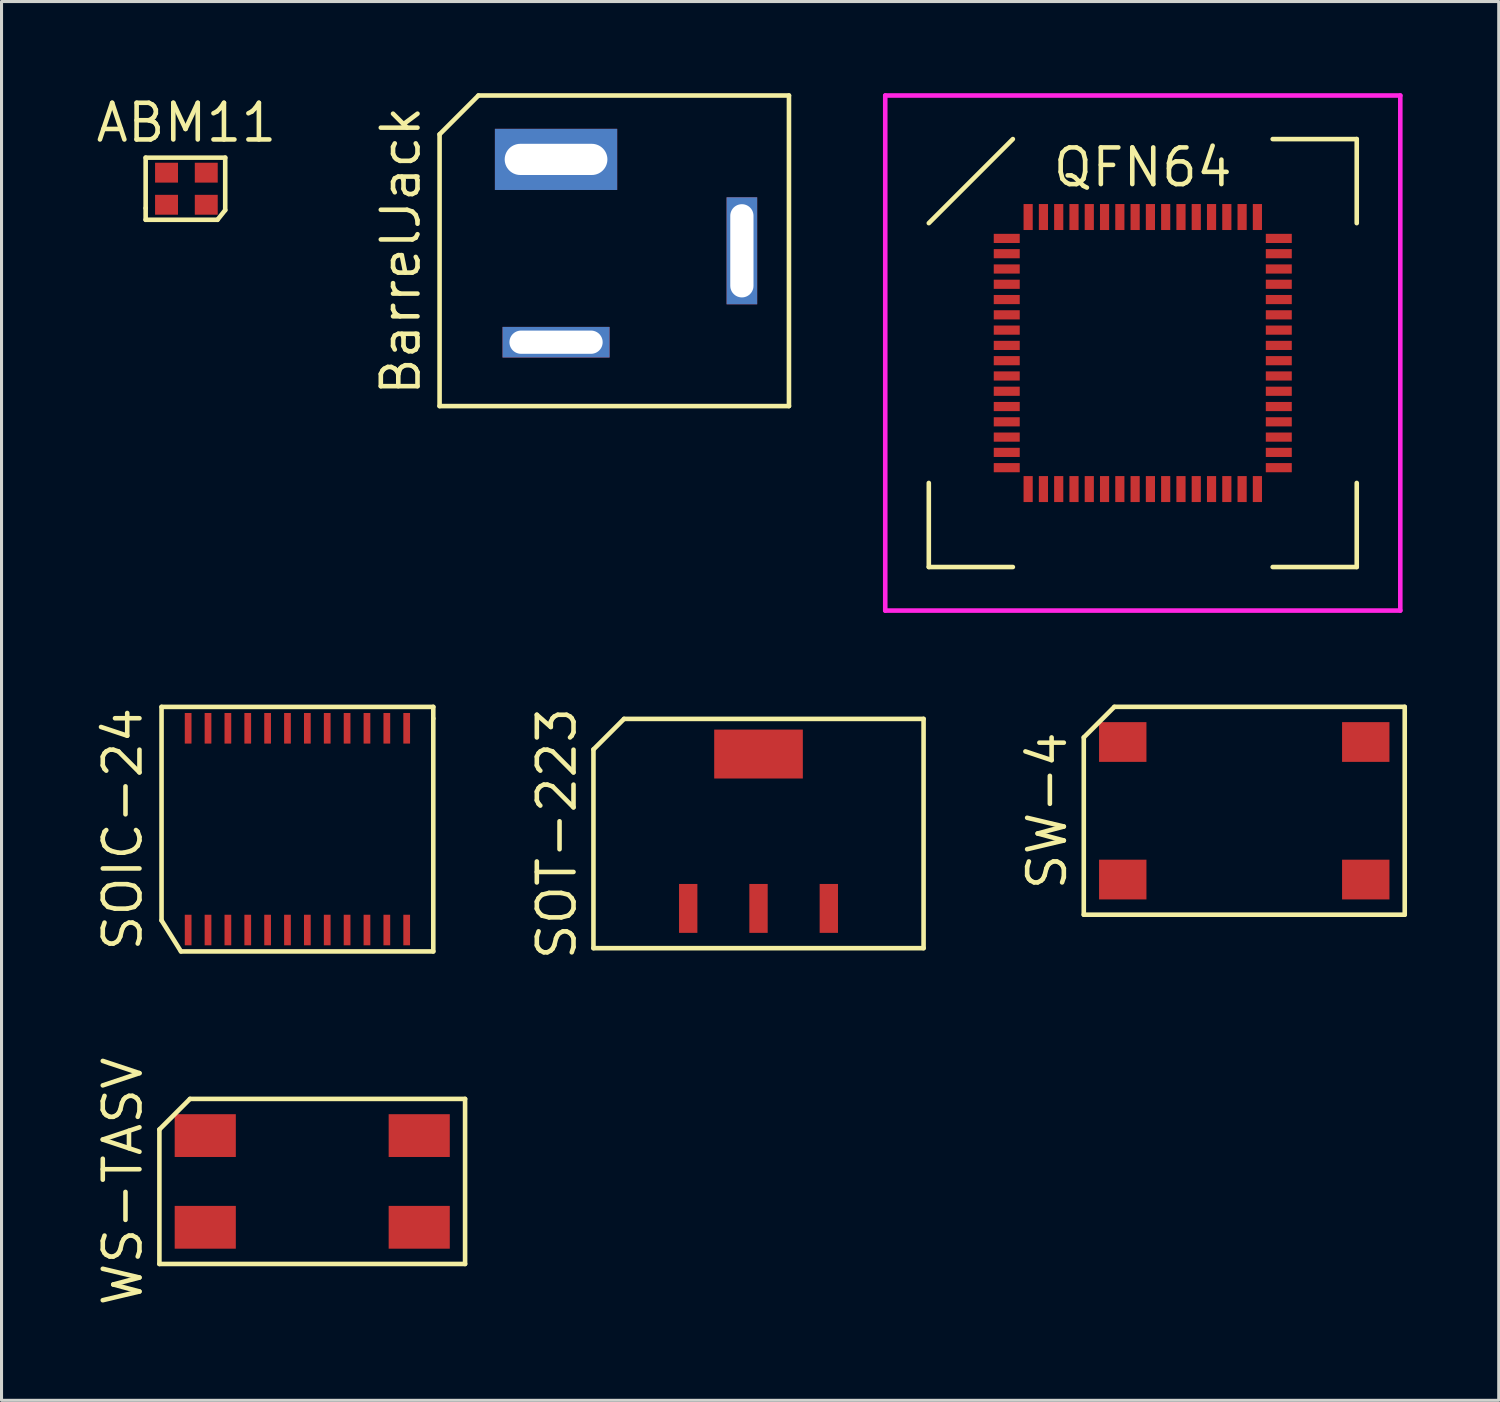
<source format=kicad_pcb>
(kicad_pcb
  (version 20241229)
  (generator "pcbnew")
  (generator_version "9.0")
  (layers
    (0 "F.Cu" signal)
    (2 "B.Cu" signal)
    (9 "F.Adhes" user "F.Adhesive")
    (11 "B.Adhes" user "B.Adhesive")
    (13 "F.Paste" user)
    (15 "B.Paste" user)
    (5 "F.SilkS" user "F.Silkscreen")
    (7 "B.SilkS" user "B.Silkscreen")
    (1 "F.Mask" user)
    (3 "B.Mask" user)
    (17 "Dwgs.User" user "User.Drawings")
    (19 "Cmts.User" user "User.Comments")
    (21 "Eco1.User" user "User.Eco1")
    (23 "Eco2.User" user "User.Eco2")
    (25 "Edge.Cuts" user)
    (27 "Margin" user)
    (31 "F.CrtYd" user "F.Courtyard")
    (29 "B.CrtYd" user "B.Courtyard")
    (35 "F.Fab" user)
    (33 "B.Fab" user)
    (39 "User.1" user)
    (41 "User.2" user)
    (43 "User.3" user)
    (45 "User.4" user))
  (footprint "SOIC-24"
    (layer "F.Cu")
    (at 6.68 24.076)
    (property "Reference" "SOIC-24" (at -5.715 0 90) (layer "F.SilkS") (effects (font (size 1.2 1.2) (thickness 0.15))))
    (attr through_hole)
    (fp_line (start -4.445 -4) (end -4.445 2.985) (stroke (width 0.15) (type solid)) (layer "F.SilkS"))
    (fp_line (start -3.81 4) (end -4.445 2.985) (stroke (width 0.15) (type solid)) (layer "F.SilkS"))
    (fp_line (start -3.81 4) (end 4.445 4) (stroke (width 0.15) (type solid)) (layer "F.SilkS"))
    (fp_line (start 4.445 -4) (end -4.445 -4) (stroke (width 0.15) (type solid)) (layer "F.SilkS"))
    (fp_line (start 4.445 -3.619) (end 4.445 -4) (stroke (width 0.15) (type solid)) (layer "F.SilkS"))
    (fp_line (start 4.445 4) (end 4.445 -3.619) (stroke (width 0.15) (type solid)) (layer "F.SilkS"))
    (pad "1" smd rect (at -3.575 3.3) (size 0.22 1) (layers "F.Cu" "F.Mask" "F.Paste"))
    (pad "2" smd rect (at -2.925 3.3) (size 0.22 1) (layers "F.Cu" "F.Mask" "F.Paste"))
    (pad "3" smd rect (at -2.275 3.3) (size 0.22 1) (layers "F.Cu" "F.Mask" "F.Paste"))
    (pad "4" smd rect (at -1.625 3.3) (size 0.22 1) (layers "F.Cu" "F.Mask" "F.Paste"))
    (pad "5" smd rect (at -0.975 3.3) (size 0.22 1) (layers "F.Cu" "F.Mask" "F.Paste"))
    (pad "6" smd rect (at -0.325 3.3) (size 0.22 1) (layers "F.Cu" "F.Mask" "F.Paste"))
    (pad "7" smd rect (at 0.325 3.3) (size 0.22 1) (layers "F.Cu" "F.Mask" "F.Paste"))
    (pad "8" smd rect (at 0.975 3.3) (size 0.22 1) (layers "F.Cu" "F.Mask" "F.Paste"))
    (pad "9" smd rect (at 1.625 3.3) (size 0.22 1) (layers "F.Cu" "F.Mask" "F.Paste"))
    (pad "10" smd rect (at 2.275 3.3) (size 0.22 1) (layers "F.Cu" "F.Mask" "F.Paste"))
    (pad "11" smd rect (at 2.925 3.3) (size 0.22 1) (layers "F.Cu" "F.Mask" "F.Paste"))
    (pad "12" smd rect (at 3.575 3.3) (size 0.22 1) (layers "F.Cu" "F.Mask" "F.Paste"))
    (pad "13" smd rect (at 3.575 -3.3) (size 0.22 1) (layers "F.Cu" "F.Mask" "F.Paste"))
    (pad "14" smd rect (at 2.925 -3.3) (size 0.22 1) (layers "F.Cu" "F.Mask" "F.Paste"))
    (pad "15" smd rect (at 2.275 -3.3) (size 0.22 1) (layers "F.Cu" "F.Mask" "F.Paste"))
    (pad "16" smd rect (at 1.625 -3.3) (size 0.22 1) (layers "F.Cu" "F.Mask" "F.Paste"))
    (pad "17" smd rect (at 0.975 -3.3) (size 0.22 1) (layers "F.Cu" "F.Mask" "F.Paste"))
    (pad "18" smd rect (at 0.325 -3.3) (size 0.22 1) (layers "F.Cu" "F.Mask" "F.Paste"))
    (pad "19" smd rect (at -0.325 -3.3) (size 0.22 1) (layers "F.Cu" "F.Mask" "F.Paste"))
    (pad "20" smd rect (at -0.975 -3.3) (size 0.22 1) (layers "F.Cu" "F.Mask" "F.Paste"))
    (pad "21" smd rect (at -1.625 -3.3) (size 0.22 1) (layers "F.Cu" "F.Mask" "F.Paste"))
    (pad "22" smd rect (at -2.275 -3.3) (size 0.22 1) (layers "F.Cu" "F.Mask" "F.Paste"))
    (pad "23" smd rect (at -2.925 -3.3) (size 0.22 1) (layers "F.Cu" "F.Mask" "F.Paste"))
    (pad "24" smd rect (at -3.575 -3.3) (size 0.22 1) (layers "F.Cu" "F.Mask" "F.Paste")))
  (footprint "SW-4"
    (layer "F.Cu")
    (at 37.656 23.475)
    (property "Reference" "SW-4" (at -6.45 0 90) (layer "F.SilkS") (effects (font (size 1.2 1.2) (thickness 0.15))))
    (attr through_hole)
    (fp_line (start -5.25 -2.4) (end -5.25 3.4) (stroke (width 0.15) (type solid)) (layer "F.SilkS"))
    (fp_line (start -5.25 3.4) (end 5.25 3.4) (stroke (width 0.15) (type solid)) (layer "F.SilkS"))
    (fp_line (start -4.25 -3.4) (end -5.25 -2.4) (stroke (width 0.15) (type solid)) (layer "F.SilkS"))
    (fp_line (start 5.25 -3.4) (end -4.25 -3.4) (stroke (width 0.15) (type solid)) (layer "F.SilkS"))
    (fp_line (start 5.25 3.4) (end 5.25 -3.4) (stroke (width 0.15) (type solid)) (layer "F.SilkS"))
    (pad "1" smd rect (at -3.975 -2.25) (size 1.55 1.3) (layers "F.Cu" "F.Mask" "F.Paste"))
    (pad "2" smd rect (at 3.975 -2.25) (size 1.55 1.3) (layers "F.Cu" "F.Mask" "F.Paste"))
    (pad "3" smd rect (at -3.975 2.25) (size 1.55 1.3) (layers "F.Cu" "F.Mask" "F.Paste"))
    (pad "4" smd rect (at 3.975 2.25) (size 1.55 1.3) (layers "F.Cu" "F.Mask" "F.Paste")))
  (footprint "ABM11"
    (layer "F.Cu")
    (at 3.048 3.124)
    (property "Reference" "ABM11" (at 0 -2.159 0) (layer "F.SilkS") (effects (font (size 1.2 1.2) (thickness 0.15))))
    (attr through_hole)
    (fp_line (start -1.333 -1.016) (end 1.27 -1.016) (stroke (width 0.15) (type solid)) (layer "F.SilkS"))
    (fp_line (start -1.333 0.635) (end -1.333 -1.016) (stroke (width 0.15) (type solid)) (layer "F.SilkS"))
    (fp_line (start -1.333 1.016) (end -1.333 0.635) (stroke (width 0.15) (type solid)) (layer "F.SilkS"))
    (fp_line (start 1.016 1.016) (end -1.333 1.016) (stroke (width 0.15) (type solid)) (layer "F.SilkS"))
    (fp_line (start 1.27 -1.016) (end 1.27 0.699) (stroke (width 0.15) (type solid)) (layer "F.SilkS"))
    (fp_line (start 1.27 0.699) (end 1.016 1.016) (stroke (width 0.15) (type solid)) (layer "F.SilkS"))
    (pad "1" smd rect (at -0.65 0.525) (size 0.75 0.65) (layers "F.Cu" "F.Mask" "F.Paste"))
    (pad "2" smd rect (at 0.65 0.525) (size 0.75 0.65) (layers "F.Cu" "F.Mask" "F.Paste"))
    (pad "3" smd rect (at 0.65 -0.525) (size 0.75 0.65) (layers "F.Cu" "F.Mask" "F.Paste"))
    (pad "4" smd rect (at -0.65 -0.525) (size 0.75 0.65) (layers "F.Cu" "F.Mask" "F.Paste")))
  (footprint "BarrelJack"
    (layer "F.Cu")
    (at 15.141 5.155)
    (property "Reference" "BarrelJack" (at -5.08 0 90) (layer "F.SilkS") (effects (font (size 1.2 1.2) (thickness 0.15))))
    (attr through_hole)
    (fp_line (start -3.81 -3.81) (end -3.81 5.08) (stroke (width 0.15) (type solid)) (layer "F.SilkS"))
    (fp_line (start -3.81 5.08) (end 7.62 5.08) (stroke (width 0.15) (type solid)) (layer "F.SilkS"))
    (fp_line (start -2.54 -5.08) (end -3.81 -3.81) (stroke (width 0.15) (type solid)) (layer "F.SilkS"))
    (fp_line (start 7.62 -5.08) (end -2.54 -5.08) (stroke (width 0.15) (type solid)) (layer "F.SilkS"))
    (fp_line (start 7.62 5.08) (end 7.62 -5.08) (stroke (width 0.15) (type solid)) (layer "F.SilkS"))
    (pad "1" thru_hole rect (at 0 2.99) (size 3.5 1) (drill oval 3.05 0.76) (layers "*.Cu" "*.Mask"))
    (pad "2" thru_hole rect (at 0 -2.99) (size 4 2) (drill oval 3.36 1.02) (layers "*.Cu" "*.Mask"))
    (pad "2" thru_hole rect (at 6.08 0) (size 1 3.5) (drill oval 0.76 3.05) (layers "*.Cu" "*.Mask")))
  (footprint "QFN64"
    (layer "F.Cu")
    (at 34.336 8.5)
    (property "Reference" "QFN64" (at 0 -6.075 0) (layer "F.SilkS") (effects (font (size 1.2 1.2) (thickness 0.15))))
    (attr through_hole)
    (fp_line (start -7 -4.25) (end -4.25 -7) (stroke (width 0.15) (type solid)) (layer "F.SilkS"))
    (fp_line (start -7 7) (end -7 4.25) (stroke (width 0.15) (type solid)) (layer "F.SilkS"))
    (fp_line (start -4.25 7) (end -7 7) (stroke (width 0.15) (type solid)) (layer "F.SilkS"))
    (fp_line (start 4.25 -7) (end 7 -7) (stroke (width 0.15) (type solid)) (layer "F.SilkS"))
    (fp_line (start 4.25 7) (end 7 7) (stroke (width 0.15) (type solid)) (layer "F.SilkS"))
    (fp_line (start 7 -7) (end 7 -4.25) (stroke (width 0.15) (type solid)) (layer "F.SilkS"))
    (fp_line (start 7 7) (end 7 4.25) (stroke (width 0.15) (type solid)) (layer "F.SilkS"))
    (fp_line (start -8.425 -8.425) (end 8.425 -8.425) (stroke (width 0.15) (type solid)) (layer "F.CrtYd"))
    (fp_line (start -8.425 8.425) (end -8.425 -8.425) (stroke (width 0.15) (type solid)) (layer "F.CrtYd"))
    (fp_line (start 8.425 -8.425) (end 8.425 8.425) (stroke (width 0.15) (type solid)) (layer "F.CrtYd"))
    (fp_line (start 8.425 8.425) (end -8.425 8.425) (stroke (width 0.15) (type solid)) (layer "F.CrtYd"))
    (pad "1" smd rect (at -4.45 -3.75 90) (size 0.3 0.85) (layers "F.Cu" "F.Mask" "F.Paste"))
    (pad "2" smd rect (at -4.45 -3.25 90) (size 0.3 0.85) (layers "F.Cu" "F.Mask" "F.Paste"))
    (pad "3" smd rect (at -4.45 -2.75 90) (size 0.3 0.85) (layers "F.Cu" "F.Mask" "F.Paste"))
    (pad "4" smd rect (at -4.45 -2.25 90) (size 0.3 0.85) (layers "F.Cu" "F.Mask" "F.Paste"))
    (pad "5" smd rect (at -4.45 -1.75 90) (size 0.3 0.85) (layers "F.Cu" "F.Mask" "F.Paste"))
    (pad "6" smd rect (at -4.45 -1.25 90) (size 0.3 0.85) (layers "F.Cu" "F.Mask" "F.Paste"))
    (pad "7" smd rect (at -4.45 -0.75 90) (size 0.3 0.85) (layers "F.Cu" "F.Mask" "F.Paste"))
    (pad "8" smd rect (at -4.45 -0.25 90) (size 0.3 0.85) (layers "F.Cu" "F.Mask" "F.Paste"))
    (pad "9" smd rect (at -4.45 0.25 90) (size 0.3 0.85) (layers "F.Cu" "F.Mask" "F.Paste"))
    (pad "10" smd rect (at -4.45 0.75 90) (size 0.3 0.85) (layers "F.Cu" "F.Mask" "F.Paste"))
    (pad "11" smd rect (at -4.45 1.25 90) (size 0.3 0.85) (layers "F.Cu" "F.Mask" "F.Paste"))
    (pad "12" smd rect (at -4.45 1.75 90) (size 0.3 0.85) (layers "F.Cu" "F.Mask" "F.Paste"))
    (pad "13" smd rect (at -4.45 2.25 90) (size 0.3 0.85) (layers "F.Cu" "F.Mask" "F.Paste"))
    (pad "14" smd rect (at -4.45 2.75 90) (size 0.3 0.85) (layers "F.Cu" "F.Mask" "F.Paste"))
    (pad "15" smd rect (at -4.45 3.25 90) (size 0.3 0.85) (layers "F.Cu" "F.Mask" "F.Paste"))
    (pad "16" smd rect (at -4.45 3.75 90) (size 0.3 0.85) (layers "F.Cu" "F.Mask" "F.Paste"))
    (pad "17" smd rect (at -3.75 4.45) (size 0.3 0.85) (layers "F.Cu" "F.Mask" "F.Paste"))
    (pad "18" smd rect (at -3.25 4.45) (size 0.3 0.85) (layers "F.Cu" "F.Mask" "F.Paste"))
    (pad "19" smd rect (at -2.75 4.45) (size 0.3 0.85) (layers "F.Cu" "F.Mask" "F.Paste"))
    (pad "20" smd rect (at -2.25 4.45) (size 0.3 0.85) (layers "F.Cu" "F.Mask" "F.Paste"))
    (pad "21" smd rect (at -1.75 4.45) (size 0.3 0.85) (layers "F.Cu" "F.Mask" "F.Paste"))
    (pad "22" smd rect (at -1.25 4.45) (size 0.3 0.85) (layers "F.Cu" "F.Mask" "F.Paste"))
    (pad "23" smd rect (at -0.75 4.45) (size 0.3 0.85) (layers "F.Cu" "F.Mask" "F.Paste"))
    (pad "24" smd rect (at -0.25 4.45) (size 0.3 0.85) (layers "F.Cu" "F.Mask" "F.Paste"))
    (pad "25" smd rect (at 0.25 4.45) (size 0.3 0.85) (layers "F.Cu" "F.Mask" "F.Paste"))
    (pad "26" smd rect (at 0.75 4.45) (size 0.3 0.85) (layers "F.Cu" "F.Mask" "F.Paste"))
    (pad "27" smd rect (at 1.25 4.45) (size 0.3 0.85) (layers "F.Cu" "F.Mask" "F.Paste"))
    (pad "28" smd rect (at 1.75 4.45) (size 0.3 0.85) (layers "F.Cu" "F.Mask" "F.Paste"))
    (pad "29" smd rect (at 2.25 4.45) (size 0.3 0.85) (layers "F.Cu" "F.Mask" "F.Paste"))
    (pad "30" smd rect (at 2.75 4.45) (size 0.3 0.85) (layers "F.Cu" "F.Mask" "F.Paste"))
    (pad "31" smd rect (at 3.25 4.45) (size 0.3 0.85) (layers "F.Cu" "F.Mask" "F.Paste"))
    (pad "32" smd rect (at 3.75 4.45) (size 0.3 0.85) (layers "F.Cu" "F.Mask" "F.Paste"))
    (pad "33" smd rect (at 4.45 3.75 90) (size 0.3 0.85) (layers "F.Cu" "F.Mask" "F.Paste"))
    (pad "34" smd rect (at 4.45 3.25 90) (size 0.3 0.85) (layers "F.Cu" "F.Mask" "F.Paste"))
    (pad "35" smd rect (at 4.45 2.75 90) (size 0.3 0.85) (layers "F.Cu" "F.Mask" "F.Paste"))
    (pad "36" smd rect (at 4.45 2.25 90) (size 0.3 0.85) (layers "F.Cu" "F.Mask" "F.Paste"))
    (pad "37" smd rect (at 4.45 1.75 90) (size 0.3 0.85) (layers "F.Cu" "F.Mask" "F.Paste"))
    (pad "38" smd rect (at 4.45 1.25 90) (size 0.3 0.85) (layers "F.Cu" "F.Mask" "F.Paste"))
    (pad "39" smd rect (at 4.45 0.75 90) (size 0.3 0.85) (layers "F.Cu" "F.Mask" "F.Paste"))
    (pad "40" smd rect (at 4.45 0.25 90) (size 0.3 0.85) (layers "F.Cu" "F.Mask" "F.Paste"))
    (pad "41" smd rect (at 4.45 -0.25 90) (size 0.3 0.85) (layers "F.Cu" "F.Mask" "F.Paste"))
    (pad "42" smd rect (at 4.45 -0.75 90) (size 0.3 0.85) (layers "F.Cu" "F.Mask" "F.Paste"))
    (pad "43" smd rect (at 4.45 -1.25 90) (size 0.3 0.85) (layers "F.Cu" "F.Mask" "F.Paste"))
    (pad "44" smd rect (at 4.45 -1.75 90) (size 0.3 0.85) (layers "F.Cu" "F.Mask" "F.Paste"))
    (pad "45" smd rect (at 4.45 -2.25 90) (size 0.3 0.85) (layers "F.Cu" "F.Mask" "F.Paste"))
    (pad "46" smd rect (at 4.45 -2.75 90) (size 0.3 0.85) (layers "F.Cu" "F.Mask" "F.Paste"))
    (pad "47" smd rect (at 4.45 -3.25 90) (size 0.3 0.85) (layers "F.Cu" "F.Mask" "F.Paste"))
    (pad "48" smd rect (at 4.45 -3.75 90) (size 0.3 0.85) (layers "F.Cu" "F.Mask" "F.Paste"))
    (pad "49" smd rect (at 3.75 -4.45) (size 0.3 0.85) (layers "F.Cu" "F.Mask" "F.Paste"))
    (pad "50" smd rect (at 3.25 -4.45) (size 0.3 0.85) (layers "F.Cu" "F.Mask" "F.Paste"))
    (pad "51" smd rect (at 2.75 -4.45) (size 0.3 0.85) (layers "F.Cu" "F.Mask" "F.Paste"))
    (pad "52" smd rect (at 2.25 -4.45) (size 0.3 0.85) (layers "F.Cu" "F.Mask" "F.Paste"))
    (pad "53" smd rect (at 1.75 -4.45) (size 0.3 0.85) (layers "F.Cu" "F.Mask" "F.Paste"))
    (pad "54" smd rect (at 1.25 -4.45) (size 0.3 0.85) (layers "F.Cu" "F.Mask" "F.Paste"))
    (pad "55" smd rect (at 0.75 -4.45) (size 0.3 0.85) (layers "F.Cu" "F.Mask" "F.Paste"))
    (pad "56" smd rect (at 0.25 -4.45) (size 0.3 0.85) (layers "F.Cu" "F.Mask" "F.Paste"))
    (pad "57" smd rect (at -0.25 -4.45) (size 0.3 0.85) (layers "F.Cu" "F.Mask" "F.Paste"))
    (pad "58" smd rect (at -0.75 -4.45) (size 0.3 0.85) (layers "F.Cu" "F.Mask" "F.Paste"))
    (pad "59" smd rect (at -1.25 -4.45) (size 0.3 0.85) (layers "F.Cu" "F.Mask" "F.Paste"))
    (pad "60" smd rect (at -1.75 -4.45) (size 0.3 0.85) (layers "F.Cu" "F.Mask" "F.Paste"))
    (pad "61" smd rect (at -2.25 -4.45) (size 0.3 0.85) (layers "F.Cu" "F.Mask" "F.Paste"))
    (pad "62" smd rect (at -2.75 -4.45) (size 0.3 0.85) (layers "F.Cu" "F.Mask" "F.Paste"))
    (pad "63" smd rect (at -3.25 -4.45) (size 0.3 0.85) (layers "F.Cu" "F.Mask" "F.Paste"))
    (pad "64" smd rect (at -3.75 -4.45) (size 0.3 0.85) (layers "F.Cu" "F.Mask" "F.Paste")))
  (footprint "SOT-223"
    (layer "F.Cu")
    (at 21.765 24.219)
    (property "Reference" "SOT-223" (at -6.6 0 90) (layer "F.SilkS") (effects (font (size 1.2 1.2) (thickness 0.15))))
    (attr through_hole)
    (fp_line (start -5.4 -2.75) (end -5.4 3.75) (stroke (width 0.15) (type solid)) (layer "F.SilkS"))
    (fp_line (start -5.4 3.75) (end 5.4 3.75) (stroke (width 0.15) (type solid)) (layer "F.SilkS"))
    (fp_line (start -4.4 -3.75) (end -5.4 -2.75) (stroke (width 0.15) (type solid)) (layer "F.SilkS"))
    (fp_line (start 5.4 -3.75) (end -4.4 -3.75) (stroke (width 0.15) (type solid)) (layer "F.SilkS"))
    (fp_line (start 5.4 3.75) (end 5.4 -3.75) (stroke (width 0.15) (type solid)) (layer "F.SilkS"))
    (pad "1" smd rect (at -2.3 2.45) (size 0.6 1.6) (layers "F.Cu" "F.Mask" "F.Paste"))
    (pad "2" smd rect (at 0 2.45) (size 0.6 1.6) (layers "F.Cu" "F.Mask" "F.Paste"))
    (pad "3" smd rect (at 2.3 2.45) (size 0.6 1.6) (layers "F.Cu" "F.Mask" "F.Paste"))
    (pad "4" smd rect (at 0 -2.6) (size 2.9 1.6) (layers "F.Cu" "F.Mask" "F.Paste")))
  (footprint "WS-TASV"
    (layer "F.Cu")
    (at 7.165 35.601)
    (property "Reference" "WS-TASV" (at -6.2 0 90) (layer "F.SilkS") (effects (font (size 1.2 1.2) (thickness 0.15))))
    (attr through_hole)
    (fp_line (start -5 -1.7) (end -5 2.7) (stroke (width 0.15) (type solid)) (layer "F.SilkS"))
    (fp_line (start -5 2.7) (end 5 2.7) (stroke (width 0.15) (type solid)) (layer "F.SilkS"))
    (fp_line (start -4 -2.7) (end -5 -1.7) (stroke (width 0.15) (type solid)) (layer "F.SilkS"))
    (fp_line (start 5 -2.7) (end -4 -2.7) (stroke (width 0.15) (type solid)) (layer "F.SilkS"))
    (fp_line (start 5 2.7) (end 5 -2.7) (stroke (width 0.15) (type solid)) (layer "F.SilkS"))
    (pad "1" smd rect (at -3.5 -1.5) (size 2 1.4) (layers "F.Cu" "F.Mask" "F.Paste"))
    (pad "2" smd rect (at 3.5 -1.5) (size 2 1.4) (layers "F.Cu" "F.Mask" "F.Paste"))
    (pad "3" smd rect (at -3.5 1.5) (size 2 1.4) (layers "F.Cu" "F.Mask" "F.Paste"))
    (pad "4" smd rect (at 3.5 1.5) (size 2 1.4) (layers "F.Cu" "F.Mask" "F.Paste")))
  (gr_rect
    (start -3 -3)
    (end 45.981 42.763)
    (stroke (width 0.1) (type default))
    (fill no)
    (layer "Edge.Cuts")))
</source>
